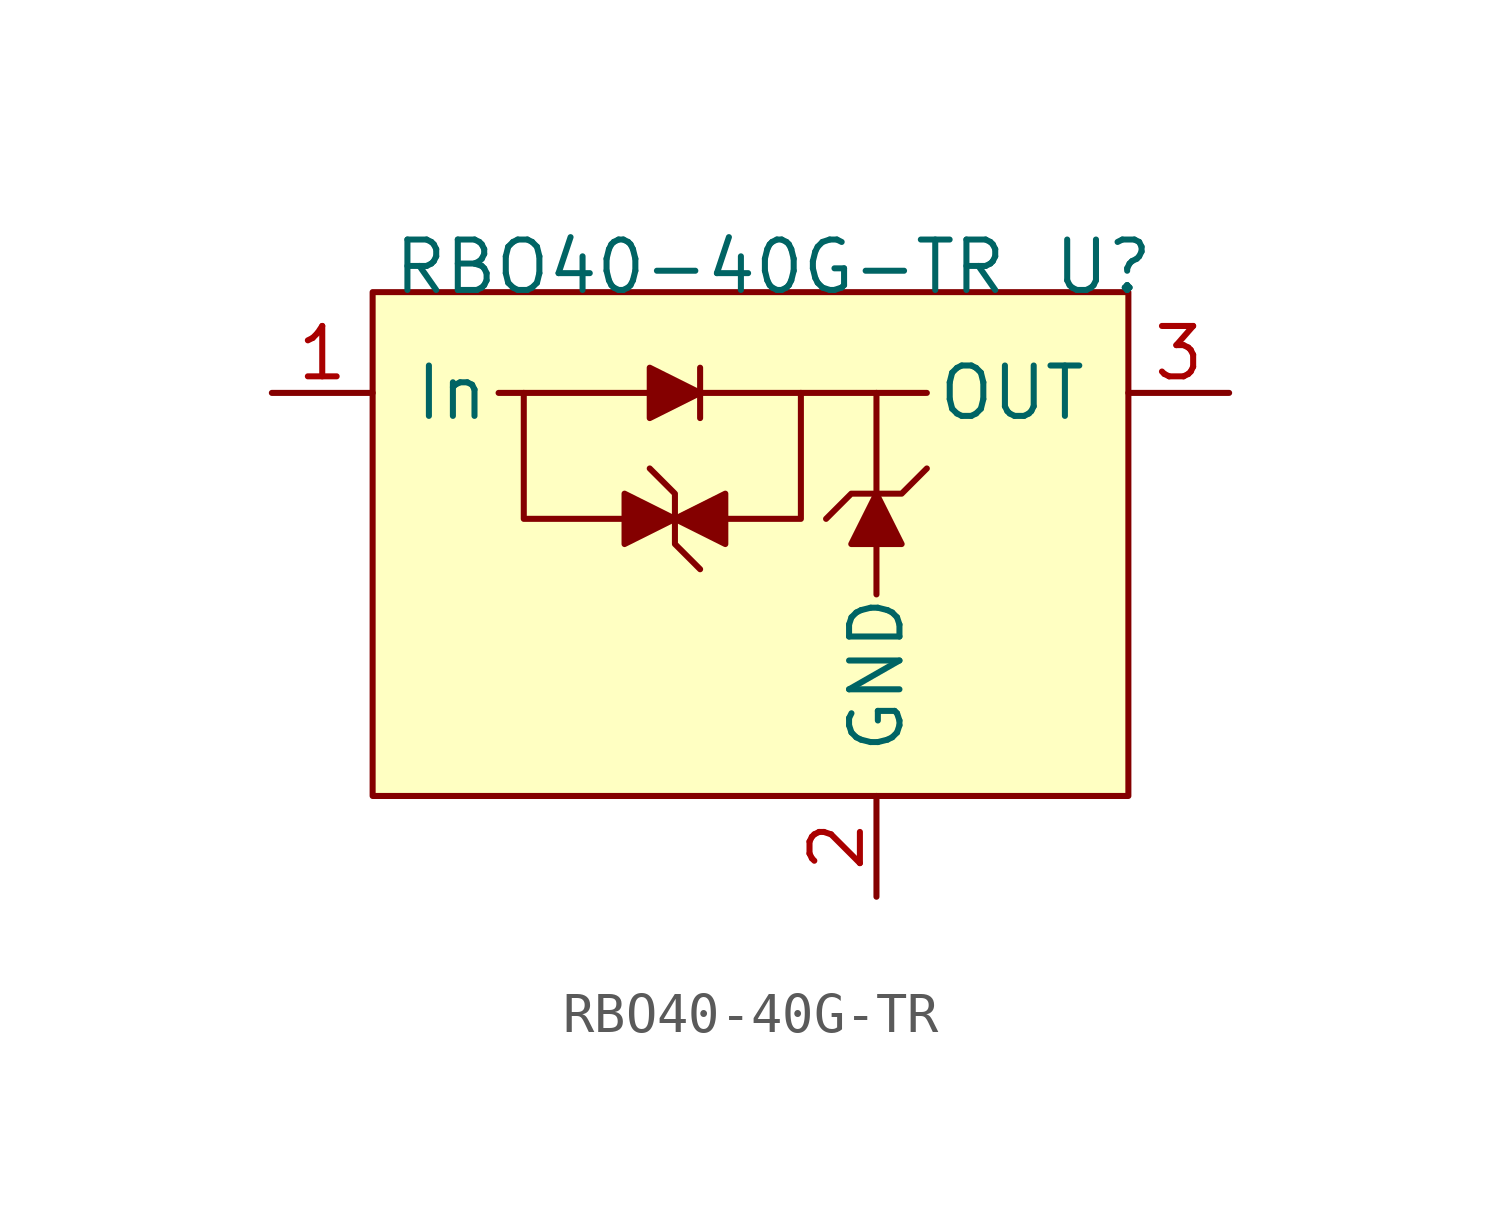
<source format=kicad_sym>
(kicad_symbol_lib
  (version 20211014)
  (generator kicad_symbol_editor)
  (symbol "RBO40-40G-TR"
    (pin_names
      (offset 1.016))
    (property "Reference" "U"
      (at 9.525 3.175 0)
      (effects (font (size 1.27 1.27))))
    (property "Value" "RBO40-40G-TR"
      (at -0.635 3.175 0)
      (effects (font (size 1.27 1.27))))
    (symbol "RBO40-40G-TR_0_1"
      (rectangle (start -8.89 2.54) (end 10.16 -10.16) (stroke (width 0) (type default) (color 0 0 0 0)) (fill (type background)))
      (polyline (pts (xy -5.715 0) (xy -1.905 0)) (stroke (width 0) (type default) (color 0 0 0 0)) (fill (type none)))
      (polyline (pts (xy -0.635 0) (xy 5.08 0)) (stroke (width 0) (type default) (color 0 0 0 0)) (fill (type none)))
      (polyline (pts (xy -0.635 0.635) (xy -0.635 -0.635)) (stroke (width 0) (type default) (color 0 0 0 0)) (fill (type none)))
      (polyline (pts (xy 3.81 -3.81) (xy 3.81 -5.08)) (stroke (width 0) (type default) (color 0 0 0 0)) (fill (type none)))
      (polyline (pts (xy 3.81 0) (xy 3.81 -2.54)) (stroke (width 0) (type default) (color 0 0 0 0)) (fill (type none)))
      (polyline (pts (xy -5.08 0) (xy -5.08 -3.175) (xy -2.54 -3.175)) (stroke (width 0) (type default) (color 0 0 0 0)) (fill (type none)))
      (polyline (pts (xy 0 -3.175) (xy 1.905 -3.175) (xy 1.905 0)) (stroke (width 0) (type default) (color 0 0 0 0)) (fill (type none)))
      (polyline (pts (xy -1.905 -1.905) (xy -1.27 -2.54) (xy -1.27 -3.81) (xy -0.635 -4.445)) (stroke (width 0) (type default) (color 0 0 0 0)) (fill (type none)))
      (polyline (pts (xy -1.905 0.635) (xy -1.905 -0.635) (xy -0.635 0) (xy -1.905 0.635)) (stroke (width 0) (type default) (color 0 0 0 0)) (fill (type outline)))
      (polyline (pts (xy -1.27 -3.175) (xy -2.54 -2.54) (xy -2.54 -3.81) (xy -1.27 -3.175)) (stroke (width 0) (type default) (color 0 0 0 0)) (fill (type outline)))
      (polyline (pts (xy -1.27 -3.175) (xy 0 -2.54) (xy 0 -3.81) (xy -1.27 -3.175)) (stroke (width 0) (type default) (color 0 0 0 0)) (fill (type outline)))
      (polyline (pts (xy 2.54 -3.175) (xy 3.175 -2.54) (xy 4.445 -2.54) (xy 5.08 -1.905)) (stroke (width 0) (type default) (color 0 0 0 0)) (fill (type none)))
      (polyline (pts (xy 3.81 -2.54) (xy 3.175 -3.81) (xy 4.445 -3.81) (xy 3.81 -2.54)) (stroke (width 0) (type default) (color 0 0 0 0)) (fill (type outline))))
    (symbol "RBO40-40G-TR_1_1"
      (pin power_in line (at -11.43 0 0) (length 2.54) (name "In" (effects (font (size 1.27 1.27)))) (number "1" (effects (font (size 1.27 1.27)))))
      (pin passive line (at 3.81 -12.7 90) (length 2.54) (name "GND" (effects (font (size 1.27 1.27)))) (number "2" (effects (font (size 1.27 1.27)))))
      (pin power_out line (at 12.7 0 180) (length 2.54) (name "OUT" (effects (font (size 1.27 1.27)))) (number "3" (effects (font (size 1.27 1.27))))))))
</source>
